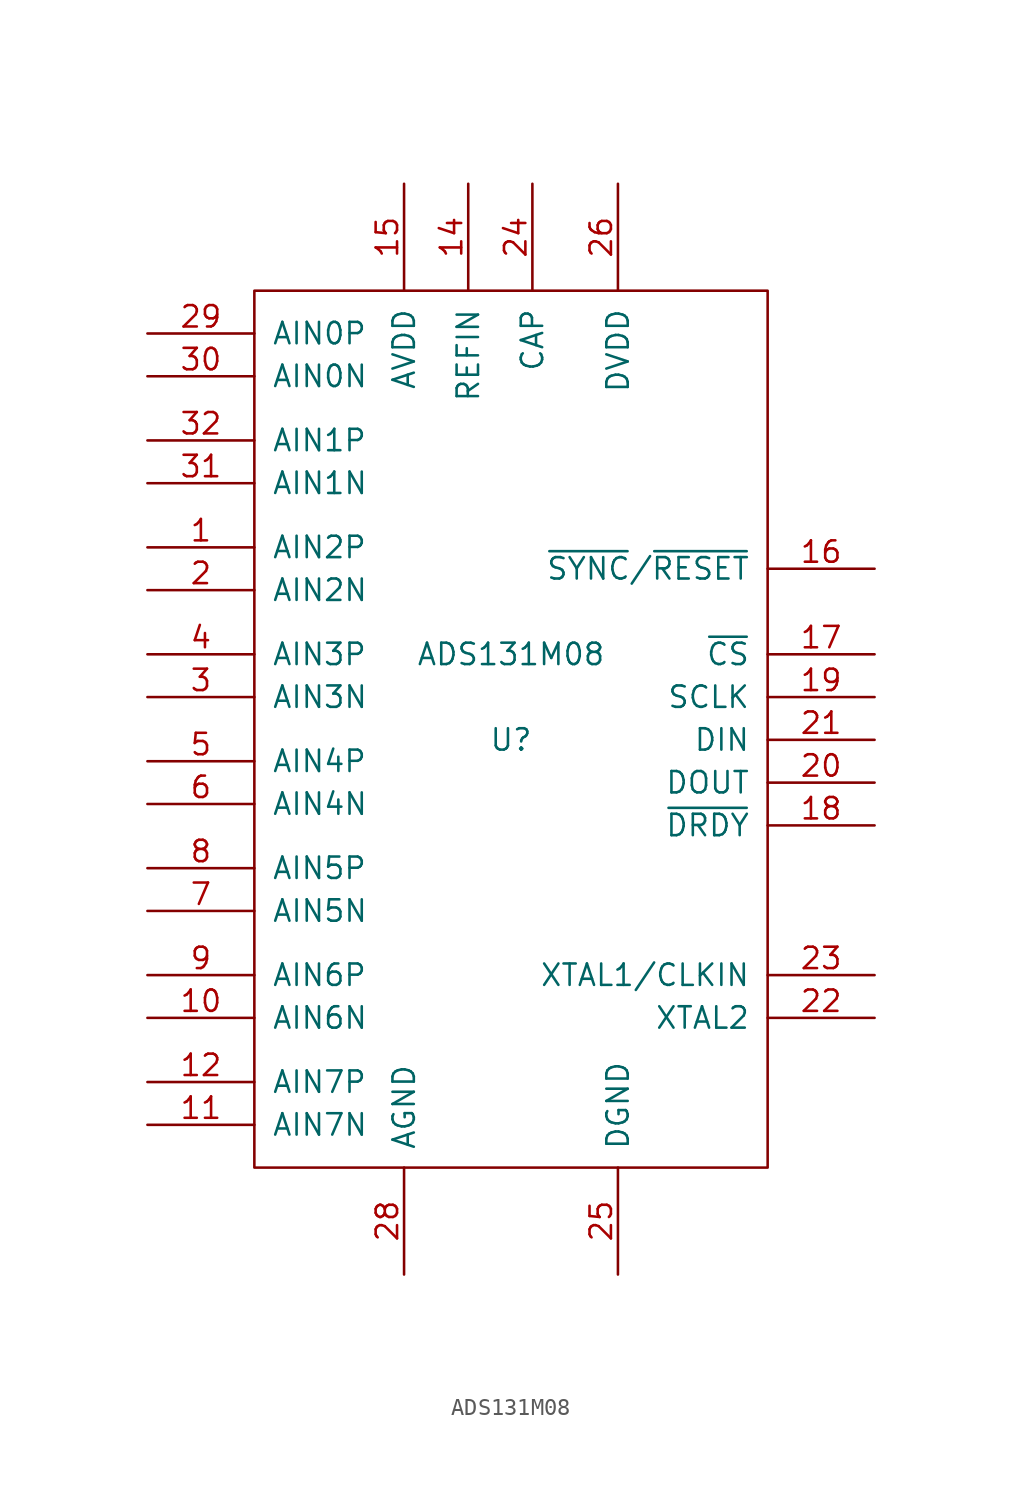
<source format=kicad_sym>
(kicad_symbol_lib
  (version 20231120)
  (generator "kicad_symbol_editor")
  (generator_version "8.0")
  (symbol "ADS131M08"
    (pin_names
      (offset 1.016))
    (property "Reference" "U"
      (at 0 -2.54 0)
      (effects (font (size 1.27 1.27))))
    (property "Value" "ADS131M08"
      (at 0 2.54 0)
      (effects (font (size 1.27 1.27))))
    (symbol "ADS131M08_1_0"
      (rectangle (start -15.24 24.13) (end 15.24 -27.94) (stroke (width 0) (type solid)) (fill (type none))))
    (symbol "ADS131M08_1_1"
      (pin input line (at -21.59 8.89 0) (length 6.35) (name "AIN2P" (effects (font (size 1.27 1.27)))) (number "1" (effects (font (size 1.27 1.27)))))
      (pin input line (at -21.59 -19.05 0) (length 6.35) (name "AIN6N" (effects (font (size 1.27 1.27)))) (number "10" (effects (font (size 1.27 1.27)))))
      (pin input line (at -21.59 -25.4 0) (length 6.35) (name "AIN7N" (effects (font (size 1.27 1.27)))) (number "11" (effects (font (size 1.27 1.27)))))
      (pin input line (at -21.59 -22.86 0) (length 6.35) (name "AIN7P" (effects (font (size 1.27 1.27)))) (number "12" (effects (font (size 1.27 1.27)))))
      (pin power_in line (at -6.35 -34.29 90) (length 6.35) hide (name "AGND" (effects (font (size 1.27 1.27)))) (number "13" (effects (font (size 1.27 1.27)))))
      (pin power_in line (at -2.54 30.48 270) (length 6.35) (name "REFIN" (effects (font (size 1.27 1.27)))) (number "14" (effects (font (size 1.27 1.27)))))
      (pin power_in line (at -6.35 30.48 270) (length 6.35) (name "AVDD" (effects (font (size 1.27 1.27)))) (number "15" (effects (font (size 1.27 1.27)))))
      (pin input line (at 21.59 7.62 180) (length 6.35) (name "~{SYNC}/~{RESET}" (effects (font (size 1.27 1.27)))) (number "16" (effects (font (size 1.27 1.27)))))
      (pin input line (at 21.59 2.54 180) (length 6.35) (name "~{CS}" (effects (font (size 1.27 1.27)))) (number "17" (effects (font (size 1.27 1.27)))))
      (pin output line (at 21.59 -7.62 180) (length 6.35) (name "~{DRDY}" (effects (font (size 1.27 1.27)))) (number "18" (effects (font (size 1.27 1.27)))))
      (pin input line (at 21.59 0 180) (length 6.35) (name "SCLK" (effects (font (size 1.27 1.27)))) (number "19" (effects (font (size 1.27 1.27)))))
      (pin input line (at -21.59 6.35 0) (length 6.35) (name "AIN2N" (effects (font (size 1.27 1.27)))) (number "2" (effects (font (size 1.27 1.27)))))
      (pin output line (at 21.59 -5.08 180) (length 6.35) (name "DOUT" (effects (font (size 1.27 1.27)))) (number "20" (effects (font (size 1.27 1.27)))))
      (pin input line (at 21.59 -2.54 180) (length 6.35) (name "DIN" (effects (font (size 1.27 1.27)))) (number "21" (effects (font (size 1.27 1.27)))))
      (pin output line (at 21.59 -19.05 180) (length 6.35) (name "XTAL2" (effects (font (size 1.27 1.27)))) (number "22" (effects (font (size 1.27 1.27)))))
      (pin input line (at 21.59 -16.51 180) (length 6.35) (name "XTAL1/CLKIN" (effects (font (size 1.27 1.27)))) (number "23" (effects (font (size 1.27 1.27)))))
      (pin passive line (at 1.27 30.48 270) (length 6.35) (name "CAP" (effects (font (size 1.27 1.27)))) (number "24" (effects (font (size 1.27 1.27)))))
      (pin power_in line (at 6.35 -34.29 90) (length 6.35) (name "DGND" (effects (font (size 1.27 1.27)))) (number "25" (effects (font (size 1.27 1.27)))))
      (pin power_in line (at 6.35 30.48 270) (length 6.35) (name "DVDD" (effects (font (size 1.27 1.27)))) (number "26" (effects (font (size 1.27 1.27)))))
      (pin no_connect line (at 0 -34.29 90) (length 6.35) hide (name "NC" (effects (font (size 1.27 1.27)))) (number "27" (effects (font (size 1.27 1.27)))))
      (pin power_in line (at -6.35 -34.29 90) (length 6.35) (name "AGND" (effects (font (size 1.27 1.27)))) (number "28" (effects (font (size 1.27 1.27)))))
      (pin input line (at -21.59 21.59 0) (length 6.35) (name "AIN0P" (effects (font (size 1.27 1.27)))) (number "29" (effects (font (size 1.27 1.27)))))
      (pin input line (at -21.59 0 0) (length 6.35) (name "AIN3N" (effects (font (size 1.27 1.27)))) (number "3" (effects (font (size 1.27 1.27)))))
      (pin input line (at -21.59 19.05 0) (length 6.35) (name "AIN0N" (effects (font (size 1.27 1.27)))) (number "30" (effects (font (size 1.27 1.27)))))
      (pin input line (at -21.59 12.7 0) (length 6.35) (name "AIN1N" (effects (font (size 1.27 1.27)))) (number "31" (effects (font (size 1.27 1.27)))))
      (pin input line (at -21.59 15.24 0) (length 6.35) (name "AIN1P" (effects (font (size 1.27 1.27)))) (number "32" (effects (font (size 1.27 1.27)))))
      (pin input line (at -21.59 2.54 0) (length 6.35) (name "AIN3P" (effects (font (size 1.27 1.27)))) (number "4" (effects (font (size 1.27 1.27)))))
      (pin input line (at -21.59 -3.81 0) (length 6.35) (name "AIN4P" (effects (font (size 1.27 1.27)))) (number "5" (effects (font (size 1.27 1.27)))))
      (pin input line (at -21.59 -6.35 0) (length 6.35) (name "AIN4N" (effects (font (size 1.27 1.27)))) (number "6" (effects (font (size 1.27 1.27)))))
      (pin input line (at -21.59 -12.7 0) (length 6.35) (name "AIN5N" (effects (font (size 1.27 1.27)))) (number "7" (effects (font (size 1.27 1.27)))))
      (pin input line (at -21.59 -10.16 0) (length 6.35) (name "AIN5P" (effects (font (size 1.27 1.27)))) (number "8" (effects (font (size 1.27 1.27)))))
      (pin input line (at -21.59 -16.51 0) (length 6.35) (name "AIN6P" (effects (font (size 1.27 1.27)))) (number "9" (effects (font (size 1.27 1.27))))))))
</source>
